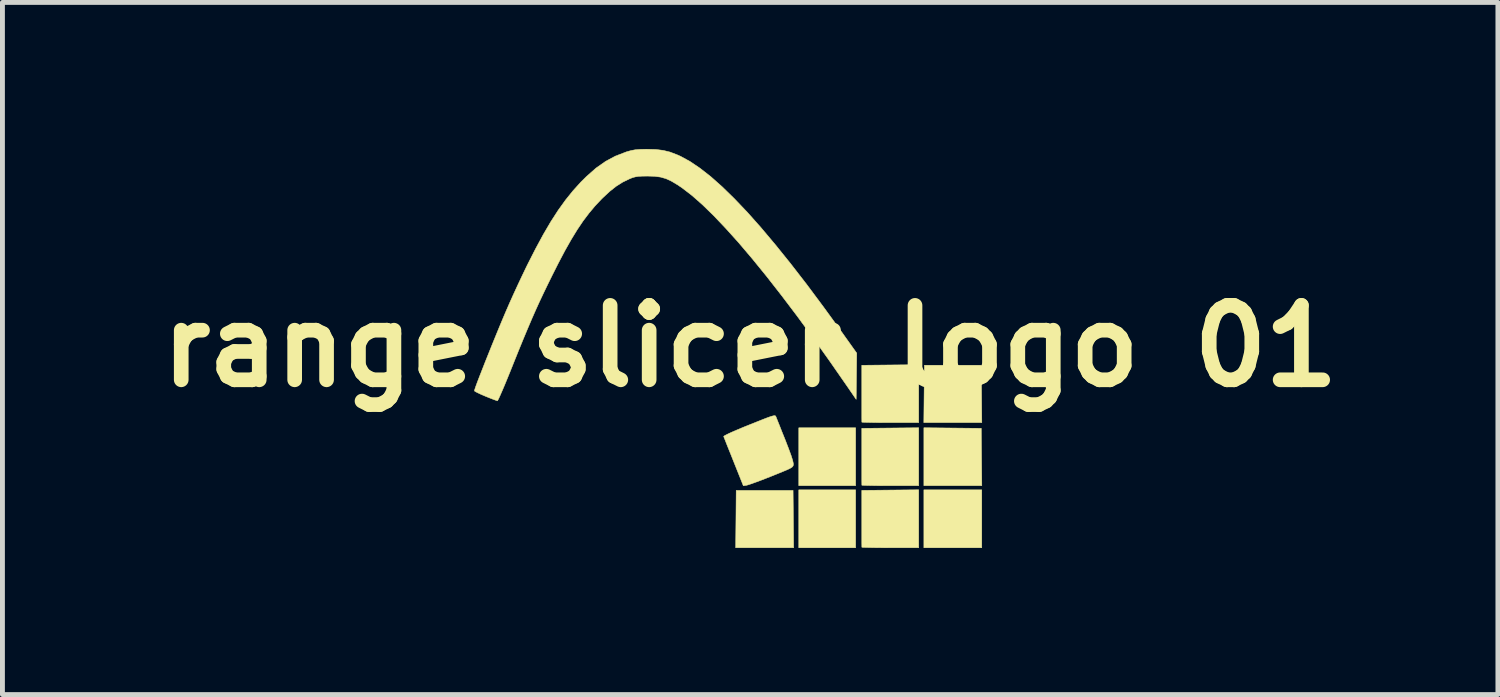
<source format=kicad_pcb>
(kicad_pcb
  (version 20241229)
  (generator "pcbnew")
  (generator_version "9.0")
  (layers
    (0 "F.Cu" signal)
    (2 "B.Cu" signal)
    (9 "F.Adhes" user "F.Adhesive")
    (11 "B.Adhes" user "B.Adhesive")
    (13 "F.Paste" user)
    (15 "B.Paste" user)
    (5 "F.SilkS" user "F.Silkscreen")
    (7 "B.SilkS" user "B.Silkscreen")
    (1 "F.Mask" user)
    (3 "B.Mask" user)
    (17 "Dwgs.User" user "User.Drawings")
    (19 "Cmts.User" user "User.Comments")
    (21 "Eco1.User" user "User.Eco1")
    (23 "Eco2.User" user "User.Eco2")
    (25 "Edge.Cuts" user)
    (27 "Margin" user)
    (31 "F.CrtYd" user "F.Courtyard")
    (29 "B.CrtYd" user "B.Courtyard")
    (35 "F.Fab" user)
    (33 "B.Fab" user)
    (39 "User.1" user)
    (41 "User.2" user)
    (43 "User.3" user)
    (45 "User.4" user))
  (footprint "range slicer logo 01"
    (layer "F.Cu")
    (at 12.308 4.036)
    (property "Reference" "range slicer logo 01" (at 0 0 0) (layer "F.SilkS") (effects (font (size 1.524 1.524) (thickness 0.3))))
    (attr through_hole)
    (fp_poly (pts (xy 2.159 2.857) (xy 0.995 2.857) (xy 0.995 1.672) (xy 2.159 1.672) (xy 2.159 2.857)) (stroke (width 0.01) (type solid)) (fill yes) (layer "F.SilkS"))
    (fp_poly (pts (xy 2.159 4.128) (xy 0.995 4.128) (xy 0.995 2.942) (xy 2.159 2.942) (xy 2.159 4.128)) (stroke (width 0.01) (type solid)) (fill yes) (layer "F.SilkS"))
    (fp_poly (pts (xy 4.741 4.128) (xy 3.556 4.128) (xy 3.556 2.942) (xy 4.741 2.942) (xy 4.741 4.128)) (stroke (width 0.01) (type solid)) (fill yes) (layer "F.SilkS"))
    (fp_poly (pts (xy 4.143 1.677) (xy 4.731 1.683) (xy 4.742 2.857) (xy 3.556 2.857) (xy 3.556 1.671) (xy 4.143 1.677)) (stroke (width 0.01) (type solid)) (fill yes) (layer "F.SilkS"))
    (fp_poly (pts (xy 4.742 1.566) (xy 3.555 1.566) (xy 3.561 0.979) (xy 3.567 0.392) (xy 4.731 0.392) (xy 4.742 1.566)) (stroke (width 0.01) (type solid)) (fill yes) (layer "F.SilkS"))
    (fp_poly (pts (xy 0.884 3.54) (xy 0.89 4.128) (xy -0.297 4.128) (xy -0.291 3.54) (xy -0.286 2.953) (xy 0.878 2.953) (xy 0.884 3.54)) (stroke (width 0.01) (type solid)) (fill yes) (layer "F.SilkS"))
    (fp_poly (pts (xy 3.45 1.566) (xy 2.868 1.566) (xy 2.716 1.566) (xy 2.579 1.565) (xy 2.462 1.563) (xy 2.37 1.561) (xy 2.31 1.559) (xy 2.286 1.556) (xy 2.286 1.556) (xy 2.286 1.533) (xy 2.285 1.473) (xy 2.285 1.382) (xy 2.285 1.265) (xy 2.285 1.128) (xy 2.285 0.977) (xy 2.285 0.968) (xy 2.285 0.392) (xy 2.867 0.386) (xy 3.45 0.38) (xy 3.45 1.566)) (stroke (width 0.01) (type solid)) (fill yes) (layer "F.SilkS"))
    (fp_poly (pts (xy 3.45 2.857) (xy 2.868 2.857) (xy 2.716 2.857) (xy 2.579 2.856) (xy 2.462 2.854) (xy 2.37 2.852) (xy 2.31 2.85) (xy 2.286 2.847) (xy 2.286 2.847) (xy 2.286 2.824) (xy 2.285 2.764) (xy 2.285 2.673) (xy 2.285 2.556) (xy 2.285 2.419) (xy 2.285 2.268) (xy 2.285 2.26) (xy 2.285 1.683) (xy 2.867 1.677) (xy 3.45 1.671) (xy 3.45 2.857)) (stroke (width 0.01) (type solid)) (fill yes) (layer "F.SilkS"))
    (fp_poly (pts (xy 3.45 4.128) (xy 2.868 4.128) (xy 2.716 4.127) (xy 2.579 4.126) (xy 2.462 4.124) (xy 2.37 4.122) (xy 2.31 4.12) (xy 2.286 4.117) (xy 2.286 4.117) (xy 2.286 4.094) (xy 2.285 4.034) (xy 2.285 3.943) (xy 2.285 3.826) (xy 2.285 3.689) (xy 2.285 3.538) (xy 2.285 3.53) (xy 2.285 2.953) (xy 2.867 2.947) (xy 3.45 2.941) (xy 3.45 4.128)) (stroke (width 0.01) (type solid)) (fill yes) (layer "F.SilkS"))
    (fp_poly (pts (xy 0.514 1.426) (xy 0.523 1.435) (xy 0.528 1.446) (xy 0.541 1.479) (xy 0.567 1.544) (xy 0.604 1.636) (xy 0.648 1.748) (xy 0.699 1.874) (xy 0.719 1.924) (xy 0.787 2.1) (xy 0.838 2.239) (xy 0.87 2.34) (xy 0.884 2.405) (xy 0.885 2.42) (xy 0.882 2.442) (xy 0.873 2.46) (xy 0.855 2.479) (xy 0.821 2.5) (xy 0.768 2.526) (xy 0.69 2.559) (xy 0.583 2.603) (xy 0.441 2.66) (xy 0.439 2.661) (xy 0.307 2.713) (xy 0.185 2.76) (xy 0.078 2.799) (xy -0.005 2.828) (xy -0.059 2.845) (xy -0.07 2.848) (xy -0.14 2.859) (xy -0.337 2.366) (xy -0.391 2.23) (xy -0.441 2.106) (xy -0.483 2.001) (xy -0.515 1.919) (xy -0.536 1.867) (xy -0.543 1.85) (xy -0.527 1.835) (xy -0.474 1.807) (xy -0.389 1.767) (xy -0.274 1.717) (xy -0.133 1.658) (xy -0.021 1.613) (xy 0.137 1.55) (xy 0.26 1.501) (xy 0.353 1.465) (xy 0.421 1.441) (xy 0.467 1.428) (xy 0.496 1.423) (xy 0.514 1.426)) (stroke (width 0.01) (type solid)) (fill yes) (layer "F.SilkS"))
    (fp_poly (pts (xy -1.93 -4.026) (xy -1.78 -4.007) (xy -1.641 -3.973) (xy -1.497 -3.918) (xy -1.425 -3.886) (xy -1.233 -3.781) (xy -1.027 -3.642) (xy -0.806 -3.469) (xy -0.572 -3.261) (xy -0.323 -3.018) (xy -0.058 -2.74) (xy 0.222 -2.425) (xy 0.517 -2.074) (xy 0.829 -1.687) (xy 1.158 -1.262) (xy 1.503 -0.799) (xy 1.866 -0.299) (xy 1.923 -0.219) (xy 2.181 0.143) (xy 2.17 1.09) (xy 1.981 0.815) (xy 1.628 0.307) (xy 1.286 -0.173) (xy 0.956 -0.623) (xy 0.637 -1.044) (xy 0.332 -1.434) (xy 0.04 -1.793) (xy -0.237 -2.119) (xy -0.5 -2.411) (xy -0.746 -2.67) (xy -0.976 -2.894) (xy -1.189 -3.082) (xy -1.385 -3.233) (xy -1.48 -3.298) (xy -1.61 -3.376) (xy -1.725 -3.429) (xy -1.837 -3.461) (xy -1.963 -3.477) (xy -2.095 -3.481) (xy -2.207 -3.48) (xy -2.289 -3.475) (xy -2.352 -3.465) (xy -2.41 -3.449) (xy -2.47 -3.425) (xy -2.61 -3.357) (xy -2.742 -3.274) (xy -2.876 -3.168) (xy -3.02 -3.034) (xy -3.048 -3.006) (xy -3.177 -2.869) (xy -3.3 -2.722) (xy -3.42 -2.563) (xy -3.54 -2.385) (xy -3.663 -2.184) (xy -3.792 -1.956) (xy -3.929 -1.696) (xy -4.053 -1.45) (xy -4.146 -1.261) (xy -4.232 -1.083) (xy -4.314 -0.909) (xy -4.393 -0.735) (xy -4.473 -0.553) (xy -4.556 -0.358) (xy -4.645 -0.145) (xy -4.743 0.094) (xy -4.851 0.363) (xy -4.905 0.498) (xy -4.967 0.65) (xy -5.024 0.789) (xy -5.075 0.909) (xy -5.118 1.007) (xy -5.15 1.077) (xy -5.17 1.114) (xy -5.175 1.12) (xy -5.202 1.111) (xy -5.26 1.09) (xy -5.339 1.059) (xy -5.418 1.027) (xy -5.507 0.989) (xy -5.58 0.955) (xy -5.629 0.929) (xy -5.646 0.916) (xy -5.64 0.891) (xy -5.62 0.831) (xy -5.587 0.741) (xy -5.543 0.626) (xy -5.489 0.489) (xy -5.429 0.335) (xy -5.362 0.168) (xy -5.292 -0.007) (xy -5.219 -0.186) (xy -5.146 -0.364) (xy -5.074 -0.537) (xy -5.005 -0.7) (xy -4.992 -0.73) (xy -4.924 -0.886) (xy -4.843 -1.066) (xy -4.755 -1.257) (xy -4.666 -1.446) (xy -4.583 -1.619) (xy -4.562 -1.662) (xy -4.394 -1.992) (xy -4.235 -2.286) (xy -4.082 -2.547) (xy -3.931 -2.781) (xy -3.78 -2.991) (xy -3.627 -3.181) (xy -3.468 -3.357) (xy -3.352 -3.472) (xy -3.156 -3.645) (xy -2.961 -3.782) (xy -2.76 -3.89) (xy -2.542 -3.974) (xy -2.518 -3.982) (xy -2.434 -4.005) (xy -2.353 -4.02) (xy -2.26 -4.028) (xy -2.143 -4.031) (xy -2.106 -4.031) (xy -1.93 -4.026)) (stroke (width 0.01) (type solid)) (fill yes) (layer "F.SilkS")))
  (gr_rect
    (start -3 -3)
    (end 27.616 11.169)
    (stroke (width 0.1) (type default))
    (fill no)
    (layer "Edge.Cuts")))
</source>
